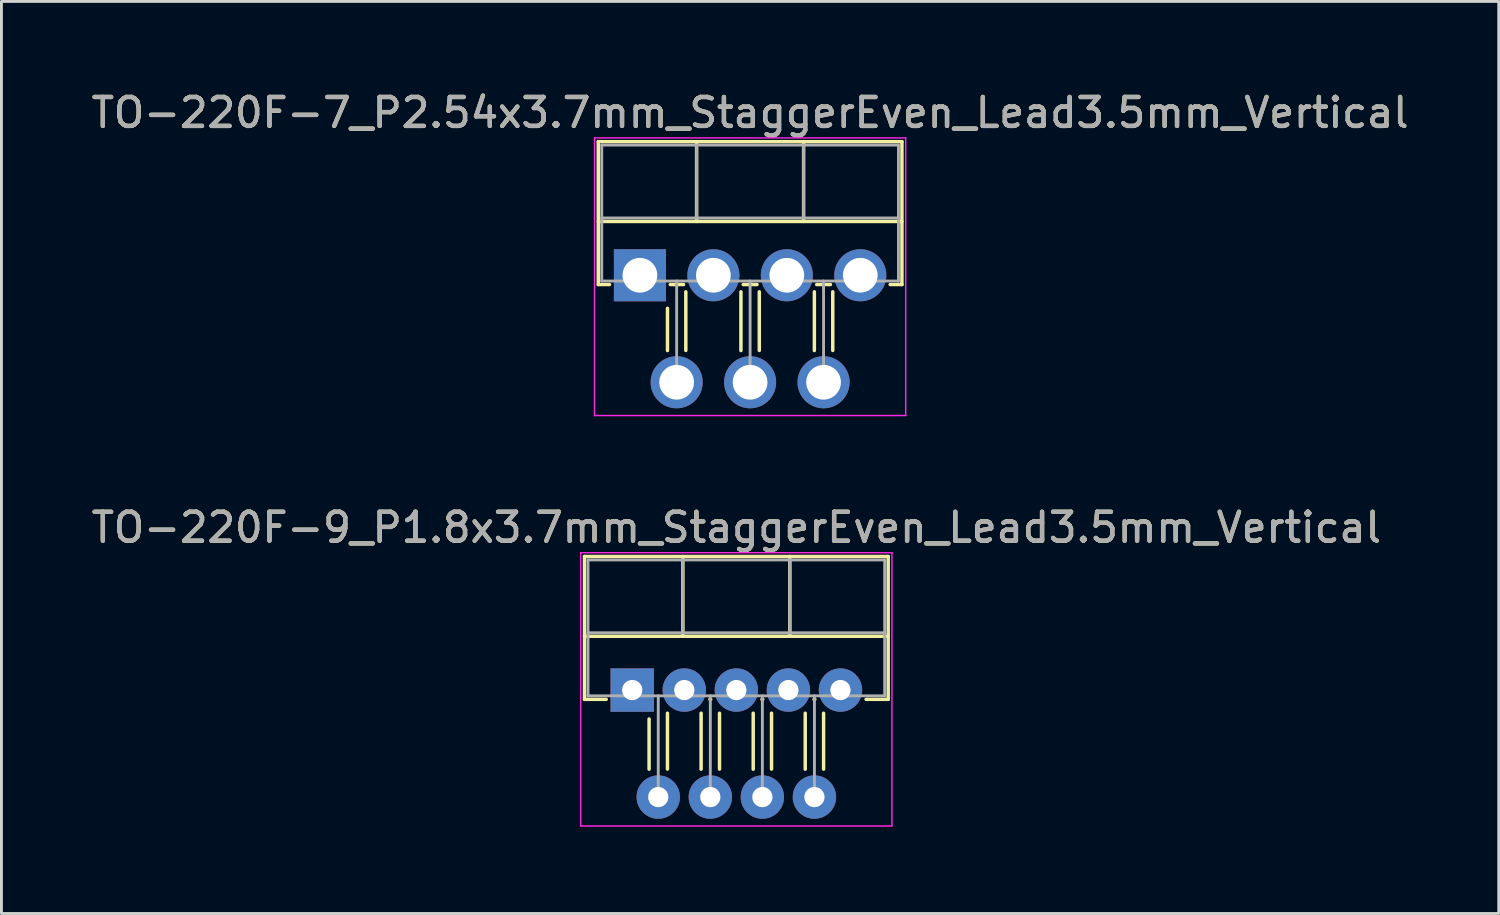
<source format=kicad_pcb>
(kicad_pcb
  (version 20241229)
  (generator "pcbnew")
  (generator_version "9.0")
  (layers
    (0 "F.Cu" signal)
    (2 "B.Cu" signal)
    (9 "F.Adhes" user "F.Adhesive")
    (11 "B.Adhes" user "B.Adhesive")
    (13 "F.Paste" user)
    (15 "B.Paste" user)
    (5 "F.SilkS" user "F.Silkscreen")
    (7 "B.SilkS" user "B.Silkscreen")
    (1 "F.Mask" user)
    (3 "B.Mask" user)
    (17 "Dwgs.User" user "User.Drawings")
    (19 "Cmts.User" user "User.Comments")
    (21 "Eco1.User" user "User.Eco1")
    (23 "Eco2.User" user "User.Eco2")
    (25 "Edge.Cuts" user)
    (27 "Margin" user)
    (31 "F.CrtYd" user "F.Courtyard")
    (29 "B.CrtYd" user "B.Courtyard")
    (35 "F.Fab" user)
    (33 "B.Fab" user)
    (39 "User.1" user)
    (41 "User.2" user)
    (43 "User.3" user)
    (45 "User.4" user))
  (footprint "TO-220F-7_P2.54x3.7mm_StaggerEven_Lead3.5mm_Vertical"
    (layer "F.Cu")
    (at 19.077 6.468)
    (property "Reference" "TO-220F-7_P2.54x3.7mm_StaggerEven_Lead3.5mm_Vertical" (at 3.81 -5.62 0) (layer "F.SilkS") (effects (font (size 1 1) (thickness 0.15))))
    (attr through_hole)
    (fp_line (start -1.44 -4.62) (end -1.44 0.321) (stroke (width 0.12) (type solid)) (layer "F.SilkS"))
    (fp_line (start -1.44 -4.62) (end 9.06 -4.62) (stroke (width 0.12) (type solid)) (layer "F.SilkS"))
    (fp_line (start -1.44 -1.861) (end 9.06 -1.861) (stroke (width 0.12) (type solid)) (layer "F.SilkS"))
    (fp_line (start -1.44 0.321) (end -1.05 0.321) (stroke (width 0.12) (type solid)) (layer "F.SilkS"))
    (fp_line (start 0.953 1.143) (end 0.953 2.603) (stroke (width 0.12) (type solid)) (layer "F.SilkS"))
    (fp_line (start 1.05 0.321) (end 1.509 0.321) (stroke (width 0.12) (type solid)) (layer "F.SilkS"))
    (fp_line (start 1.587 0.572) (end 1.587 2.6) (stroke (width 0.12) (type solid)) (layer "F.SilkS"))
    (fp_line (start 1.96 -4.62) (end 1.96 -1.861) (stroke (width 0.12) (type solid)) (layer "F.SilkS"))
    (fp_line (start 3.493 0.572) (end 3.493 2.603) (stroke (width 0.12) (type solid)) (layer "F.SilkS"))
    (fp_line (start 3.572 0.321) (end 4.049 0.321) (stroke (width 0.12) (type solid)) (layer "F.SilkS"))
    (fp_line (start 4.128 0.572) (end 4.128 2.6) (stroke (width 0.12) (type solid)) (layer "F.SilkS"))
    (fp_line (start 5.66 -4.62) (end 5.66 -1.861) (stroke (width 0.12) (type solid)) (layer "F.SilkS"))
    (fp_line (start 6.032 0.572) (end 6.032 2.603) (stroke (width 0.12) (type solid)) (layer "F.SilkS"))
    (fp_line (start 6.112 0.321) (end 6.589 0.321) (stroke (width 0.12) (type solid)) (layer "F.SilkS"))
    (fp_line (start 6.668 0.572) (end 6.668 2.6) (stroke (width 0.12) (type solid)) (layer "F.SilkS"))
    (fp_line (start 8.652 0.321) (end 9.06 0.321) (stroke (width 0.12) (type solid)) (layer "F.SilkS"))
    (fp_line (start 9.06 -4.62) (end 9.06 0.321) (stroke (width 0.12) (type solid)) (layer "F.SilkS"))
    (fp_line (start -1.57 -4.75) (end -1.57 4.85) (stroke (width 0.05) (type solid)) (layer "F.CrtYd"))
    (fp_line (start -1.57 4.85) (end 9.19 4.85) (stroke (width 0.05) (type solid)) (layer "F.CrtYd"))
    (fp_line (start 9.19 -4.75) (end -1.57 -4.75) (stroke (width 0.05) (type solid)) (layer "F.CrtYd"))
    (fp_line (start 9.19 4.85) (end 9.19 -4.75) (stroke (width 0.05) (type solid)) (layer "F.CrtYd"))
    (fp_line (start -1.32 -4.5) (end -1.32 0.2) (stroke (width 0.1) (type solid)) (layer "F.Fab"))
    (fp_line (start -1.32 -1.98) (end 8.94 -1.98) (stroke (width 0.1) (type solid)) (layer "F.Fab"))
    (fp_line (start -1.32 0.2) (end 8.94 0.2) (stroke (width 0.1) (type solid)) (layer "F.Fab"))
    (fp_line (start 1.27 0.2) (end 1.27 3.7) (stroke (width 0.1) (type solid)) (layer "F.Fab"))
    (fp_line (start 1.96 -4.5) (end 1.96 -1.98) (stroke (width 0.1) (type solid)) (layer "F.Fab"))
    (fp_line (start 3.81 0.2) (end 3.81 3.7) (stroke (width 0.1) (type solid)) (layer "F.Fab"))
    (fp_line (start 5.66 -4.5) (end 5.66 -1.98) (stroke (width 0.1) (type solid)) (layer "F.Fab"))
    (fp_line (start 6.35 0.2) (end 6.35 3.7) (stroke (width 0.1) (type solid)) (layer "F.Fab"))
    (fp_line (start 8.94 -4.5) (end -1.32 -4.5) (stroke (width 0.1) (type solid)) (layer "F.Fab"))
    (fp_line (start 8.94 0.2) (end 8.94 -4.5) (stroke (width 0.1) (type solid)) (layer "F.Fab"))
    (fp_text user "${REFERENCE}" (at 3.81 -5.62 0) (layer "F.Fab") (effects (font (size 1 1) (thickness 0.15))))
    (pad "1" thru_hole rect (at 0 0) (size 1.8 1.8) (drill 1.2) (layers "*.Cu" "*.Mask"))
    (pad "2" thru_hole oval (at 1.27 3.7) (size 1.8 1.8) (drill 1.2) (layers "*.Cu" "*.Mask"))
    (pad "3" thru_hole oval (at 2.54 0) (size 1.8 1.8) (drill 1.2) (layers "*.Cu" "*.Mask"))
    (pad "4" thru_hole oval (at 3.81 3.7) (size 1.8 1.8) (drill 1.2) (layers "*.Cu" "*.Mask"))
    (pad "5" thru_hole oval (at 5.08 0) (size 1.8 1.8) (drill 1.2) (layers "*.Cu" "*.Mask"))
    (pad "6" thru_hole oval (at 6.35 3.7) (size 1.8 1.8) (drill 1.2) (layers "*.Cu" "*.Mask"))
    (pad "7" thru_hole oval (at 7.62 0) (size 1.8 1.8) (drill 1.2) (layers "*.Cu" "*.Mask")))
  (footprint "TO-220F-9_P1.8x3.7mm_StaggerEven_Lead3.5mm_Vertical"
    (layer "F.Cu")
    (at 18.811 20.811)
    (property "Reference" "TO-220F-9_P1.8x3.7mm_StaggerEven_Lead3.5mm_Vertical" (at 3.6 -5.62 0) (layer "F.SilkS") (effects (font (size 1 1) (thickness 0.15))))
    (attr through_hole)
    (fp_line (start -1.65 -4.62) (end -1.65 0.321) (stroke (width 0.12) (type solid)) (layer "F.SilkS"))
    (fp_line (start -1.65 -4.62) (end 8.85 -4.62) (stroke (width 0.12) (type solid)) (layer "F.SilkS"))
    (fp_line (start -1.65 -1.861) (end 8.85 -1.861) (stroke (width 0.12) (type solid)) (layer "F.SilkS"))
    (fp_line (start -1.65 0.321) (end -0.9 0.321) (stroke (width 0.12) (type solid)) (layer "F.SilkS"))
    (fp_line (start 0.583 1) (end 0.583 2.736) (stroke (width 0.12) (type solid)) (layer "F.SilkS"))
    (fp_line (start 1.218 0.8) (end 1.218 2.733) (stroke (width 0.12) (type solid)) (layer "F.SilkS"))
    (fp_line (start 1.75 -4.62) (end 1.75 -1.861) (stroke (width 0.12) (type solid)) (layer "F.SilkS"))
    (fp_line (start 2.382 0.8) (end 2.382 2.736) (stroke (width 0.12) (type solid)) (layer "F.SilkS"))
    (fp_line (start 2.687 0.321) (end 2.714 0.321) (stroke (width 0.12) (type solid)) (layer "F.SilkS"))
    (fp_line (start 3.018 0.8) (end 3.018 2.733) (stroke (width 0.12) (type solid)) (layer "F.SilkS"))
    (fp_line (start 4.183 0.8) (end 4.183 2.736) (stroke (width 0.12) (type solid)) (layer "F.SilkS"))
    (fp_line (start 4.487 0.321) (end 4.514 0.321) (stroke (width 0.12) (type solid)) (layer "F.SilkS"))
    (fp_line (start 4.817 0.8) (end 4.817 2.733) (stroke (width 0.12) (type solid)) (layer "F.SilkS"))
    (fp_line (start 5.45 -4.62) (end 5.45 -1.861) (stroke (width 0.12) (type solid)) (layer "F.SilkS"))
    (fp_line (start 5.982 0.8) (end 5.982 2.736) (stroke (width 0.12) (type solid)) (layer "F.SilkS"))
    (fp_line (start 6.287 0.321) (end 6.314 0.321) (stroke (width 0.12) (type solid)) (layer "F.SilkS"))
    (fp_line (start 6.617 0.8) (end 6.617 2.733) (stroke (width 0.12) (type solid)) (layer "F.SilkS"))
    (fp_line (start 8.087 0.321) (end 8.85 0.321) (stroke (width 0.12) (type solid)) (layer "F.SilkS"))
    (fp_line (start 8.85 -4.62) (end 8.85 0.321) (stroke (width 0.12) (type solid)) (layer "F.SilkS"))
    (fp_line (start -1.78 -4.75) (end -1.78 4.7) (stroke (width 0.05) (type solid)) (layer "F.CrtYd"))
    (fp_line (start -1.78 4.7) (end 8.98 4.7) (stroke (width 0.05) (type solid)) (layer "F.CrtYd"))
    (fp_line (start 8.98 -4.75) (end -1.78 -4.75) (stroke (width 0.05) (type solid)) (layer "F.CrtYd"))
    (fp_line (start 8.98 4.7) (end 8.98 -4.75) (stroke (width 0.05) (type solid)) (layer "F.CrtYd"))
    (fp_line (start -1.53 -4.5) (end -1.53 0.2) (stroke (width 0.1) (type solid)) (layer "F.Fab"))
    (fp_line (start -1.53 -1.98) (end 8.73 -1.98) (stroke (width 0.1) (type solid)) (layer "F.Fab"))
    (fp_line (start -1.53 0.2) (end 8.73 0.2) (stroke (width 0.1) (type solid)) (layer "F.Fab"))
    (fp_line (start 0.9 0.2) (end 0.9 3.7) (stroke (width 0.1) (type solid)) (layer "F.Fab"))
    (fp_line (start 1.75 -4.5) (end 1.75 -1.98) (stroke (width 0.1) (type solid)) (layer "F.Fab"))
    (fp_line (start 2.7 0.2) (end 2.7 3.7) (stroke (width 0.1) (type solid)) (layer "F.Fab"))
    (fp_line (start 4.5 0.2) (end 4.5 3.7) (stroke (width 0.1) (type solid)) (layer "F.Fab"))
    (fp_line (start 5.45 -4.5) (end 5.45 -1.98) (stroke (width 0.1) (type solid)) (layer "F.Fab"))
    (fp_line (start 6.3 0.2) (end 6.3 3.7) (stroke (width 0.1) (type solid)) (layer "F.Fab"))
    (fp_line (start 8.73 -4.5) (end -1.53 -4.5) (stroke (width 0.1) (type solid)) (layer "F.Fab"))
    (fp_line (start 8.73 0.2) (end 8.73 -4.5) (stroke (width 0.1) (type solid)) (layer "F.Fab"))
    (fp_text user "${REFERENCE}" (at 3.6 -5.62 0) (layer "F.Fab") (effects (font (size 1 1) (thickness 0.15))))
    (pad "1" thru_hole rect (at 0 0) (size 1.5 1.5) (drill 0.7) (layers "*.Cu" "*.Mask"))
    (pad "2" thru_hole oval (at 0.9 3.7) (size 1.5 1.5) (drill 0.7) (layers "*.Cu" "*.Mask"))
    (pad "3" thru_hole oval (at 1.8 0) (size 1.5 1.5) (drill 0.7) (layers "*.Cu" "*.Mask"))
    (pad "4" thru_hole oval (at 2.7 3.7) (size 1.5 1.5) (drill 0.7) (layers "*.Cu" "*.Mask"))
    (pad "5" thru_hole oval (at 3.6 0) (size 1.5 1.5) (drill 0.7) (layers "*.Cu" "*.Mask"))
    (pad "6" thru_hole oval (at 4.5 3.7) (size 1.5 1.5) (drill 0.7) (layers "*.Cu" "*.Mask"))
    (pad "7" thru_hole oval (at 5.4 0) (size 1.5 1.5) (drill 0.7) (layers "*.Cu" "*.Mask"))
    (pad "8" thru_hole oval (at 6.3 3.7) (size 1.5 1.5) (drill 0.7) (layers "*.Cu" "*.Mask"))
    (pad "9" thru_hole oval (at 7.2 0) (size 1.5 1.5) (drill 0.7) (layers "*.Cu" "*.Mask")))
  (gr_rect
    (start -3 -3)
    (end 48.774 28.537)
    (stroke (width 0.1) (type default))
    (fill no)
    (layer "Edge.Cuts")))
</source>
